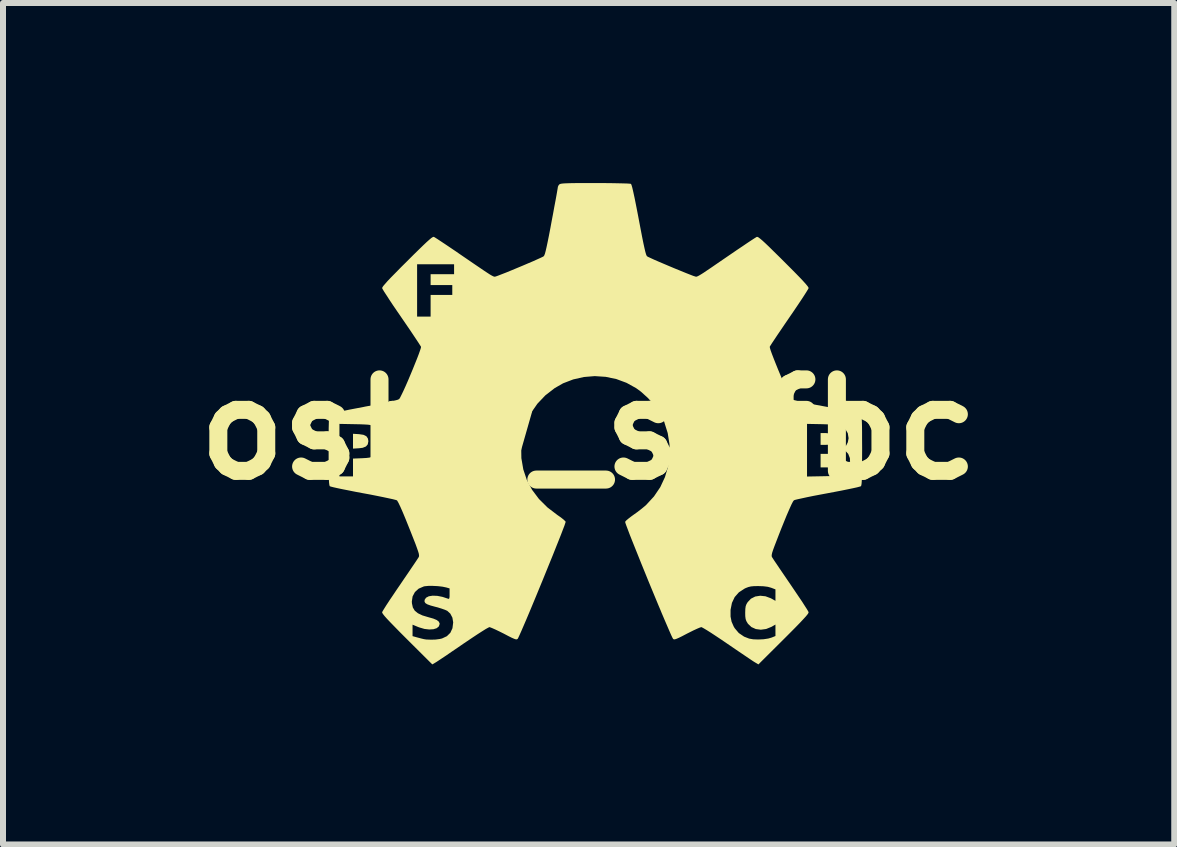
<source format=kicad_pcb>
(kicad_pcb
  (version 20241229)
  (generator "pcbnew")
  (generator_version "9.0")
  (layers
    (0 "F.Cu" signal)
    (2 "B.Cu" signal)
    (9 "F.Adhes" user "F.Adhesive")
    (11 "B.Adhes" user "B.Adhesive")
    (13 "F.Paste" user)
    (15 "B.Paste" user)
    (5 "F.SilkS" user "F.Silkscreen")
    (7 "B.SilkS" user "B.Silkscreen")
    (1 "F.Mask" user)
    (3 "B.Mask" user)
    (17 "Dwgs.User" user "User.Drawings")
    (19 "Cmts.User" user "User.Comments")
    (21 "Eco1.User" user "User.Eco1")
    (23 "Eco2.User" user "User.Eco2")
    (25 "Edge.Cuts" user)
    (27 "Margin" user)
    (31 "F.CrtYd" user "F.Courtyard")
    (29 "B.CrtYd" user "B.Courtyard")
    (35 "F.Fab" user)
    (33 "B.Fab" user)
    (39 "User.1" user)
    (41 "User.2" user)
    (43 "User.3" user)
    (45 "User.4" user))
  (footprint "oshw_spfbc"
    (layer "F.Cu")
    (at 6.756 4.105)
    (property "Reference" "oshw_spfbc" (at 0 0 0) (layer "F.SilkS") (effects (font (size 1.524 1.524) (thickness 0.3))))
    (attr board_only exclude_from_pos_files exclude_from_bom)
    (fp_poly (pts (xy -3.825 0.078) (xy -3.751 0.089) (xy -3.702 0.113) (xy -3.676 0.152) (xy -3.669 0.196) (xy -3.679 0.248) (xy -3.709 0.283) (xy -3.763 0.305) (xy -3.825 0.313) (xy -3.925 0.319) (xy -3.925 0.072)) (stroke (width 0) (type solid)) (fill yes) (layer "F.SilkS"))
    (fp_poly (pts (xy 4.029 0.068) (xy 4.078 0.091) (xy 4.102 0.131) (xy 4.106 0.158) (xy 4.094 0.206) (xy 4.057 0.238) (xy 3.996 0.254) (xy 3.955 0.256) (xy 3.865 0.256) (xy 3.865 0.06) (xy 3.955 0.06)) (stroke (width 0) (type solid)) (fill yes) (layer "F.SilkS"))
    (fp_poly (pts (xy 4.02 0.408) (xy 4.057 0.414) (xy 4.083 0.429) (xy 4.099 0.443) (xy 4.124 0.48) (xy 4.136 0.517) (xy 4.136 0.519) (xy 4.125 0.556) (xy 4.1 0.593) (xy 4.099 0.595) (xy 4.074 0.615) (xy 4.044 0.627) (xy 4.001 0.631) (xy 3.963 0.632) (xy 3.865 0.632) (xy 3.865 0.406) (xy 3.963 0.406)) (stroke (width 0) (type solid)) (fill yes) (layer "F.SilkS"))
    (fp_poly (pts (xy 0.11 -4.105) (xy 0.241 -4.105) (xy 0.362 -4.104) (xy 0.47 -4.102) (xy 0.562 -4.1) (xy 0.634 -4.098) (xy 0.683 -4.095) (xy 0.705 -4.092) (xy 0.706 -4.091) (xy 0.715 -4.073) (xy 0.728 -4.028) (xy 0.745 -3.955) (xy 0.767 -3.854) (xy 0.793 -3.723) (xy 0.824 -3.564) (xy 0.837 -3.495) (xy 0.867 -3.337) (xy 0.892 -3.207) (xy 0.913 -3.103) (xy 0.931 -3.021) (xy 0.945 -2.961) (xy 0.957 -2.919) (xy 0.967 -2.895) (xy 0.973 -2.886) (xy 0.992 -2.875) (xy 1.035 -2.855) (xy 1.096 -2.827) (xy 1.172 -2.794) (xy 1.259 -2.757) (xy 1.351 -2.718) (xy 1.444 -2.679) (xy 1.535 -2.642) (xy 1.618 -2.608) (xy 1.689 -2.58) (xy 1.743 -2.559) (xy 1.772 -2.55) (xy 1.781 -2.547) (xy 1.791 -2.545) (xy 1.802 -2.547) (xy 1.818 -2.553) (xy 1.841 -2.565) (xy 1.873 -2.584) (xy 1.916 -2.611) (xy 1.972 -2.649) (xy 2.045 -2.698) (xy 2.135 -2.76) (xy 2.246 -2.836) (xy 2.376 -2.925) (xy 2.474 -2.992) (xy 2.565 -3.053) (xy 2.646 -3.108) (xy 2.714 -3.153) (xy 2.765 -3.186) (xy 2.796 -3.205) (xy 2.804 -3.209) (xy 2.814 -3.208) (xy 2.832 -3.199) (xy 2.858 -3.179) (xy 2.895 -3.148) (xy 2.944 -3.103) (xy 3.008 -3.042) (xy 3.087 -2.964) (xy 3.185 -2.868) (xy 3.252 -2.801) (xy 3.364 -2.689) (xy 3.456 -2.596) (xy 3.529 -2.521) (xy 3.584 -2.462) (xy 3.624 -2.417) (xy 3.65 -2.385) (xy 3.663 -2.364) (xy 3.665 -2.354) (xy 3.655 -2.335) (xy 3.63 -2.294) (xy 3.592 -2.234) (xy 3.543 -2.159) (xy 3.484 -2.071) (xy 3.418 -1.973) (xy 3.346 -1.868) (xy 3.344 -1.865) (xy 3.272 -1.76) (xy 3.205 -1.661) (xy 3.145 -1.573) (xy 3.095 -1.498) (xy 3.055 -1.438) (xy 3.029 -1.397) (xy 3.018 -1.378) (xy 3.018 -1.378) (xy 3.021 -1.357) (xy 3.034 -1.314) (xy 3.057 -1.251) (xy 3.087 -1.173) (xy 3.122 -1.085) (xy 3.16 -0.991) (xy 3.2 -0.895) (xy 3.241 -0.8) (xy 3.279 -0.712) (xy 3.315 -0.634) (xy 3.345 -0.571) (xy 3.368 -0.528) (xy 3.381 -0.508) (xy 3.397 -0.499) (xy 3.431 -0.487) (xy 3.485 -0.473) (xy 3.561 -0.456) (xy 3.66 -0.436) (xy 3.785 -0.411) (xy 3.937 -0.383) (xy 3.958 -0.379) (xy 4.084 -0.355) (xy 4.201 -0.332) (xy 4.305 -0.311) (xy 4.394 -0.292) (xy 4.464 -0.276) (xy 4.512 -0.264) (xy 4.533 -0.257) (xy 4.533 -0.256) (xy 4.539 -0.248) (xy 4.544 -0.234) (xy 4.548 -0.209) (xy 4.551 -0.172) (xy 4.553 -0.12) (xy 4.555 -0.05) (xy 4.556 0.042) (xy 4.556 0.156) (xy 4.557 0.297) (xy 4.557 0.346) (xy 4.556 0.498) (xy 4.556 0.624) (xy 4.555 0.724) (xy 4.553 0.802) (xy 4.551 0.86) (xy 4.548 0.901) (xy 4.544 0.927) (xy 4.539 0.942) (xy 4.536 0.946) (xy 4.517 0.952) (xy 4.472 0.964) (xy 4.404 0.979) (xy 4.317 0.997) (xy 4.214 1.018) (xy 4.099 1.04) (xy 3.983 1.062) (xy 3.86 1.085) (xy 3.744 1.107) (xy 3.641 1.128) (xy 3.554 1.147) (xy 3.485 1.162) (xy 3.44 1.173) (xy 3.421 1.18) (xy 3.405 1.201) (xy 3.379 1.251) (xy 3.344 1.329) (xy 3.298 1.435) (xy 3.243 1.57) (xy 3.213 1.644) (xy 3.164 1.769) (xy 3.125 1.87) (xy 3.095 1.948) (xy 3.073 2.008) (xy 3.059 2.051) (xy 3.052 2.082) (xy 3.05 2.104) (xy 3.052 2.118) (xy 3.054 2.124) (xy 3.067 2.144) (xy 3.094 2.186) (xy 3.135 2.246) (xy 3.186 2.322) (xy 3.246 2.41) (xy 3.312 2.507) (xy 3.366 2.586) (xy 3.435 2.688) (xy 3.499 2.783) (xy 3.556 2.867) (xy 3.602 2.939) (xy 3.638 2.995) (xy 3.659 3.031) (xy 3.665 3.045) (xy 3.662 3.058) (xy 3.647 3.081) (xy 3.619 3.115) (xy 3.577 3.161) (xy 3.519 3.223) (xy 3.444 3.3) (xy 3.35 3.395) (xy 3.25 3.495) (xy 2.829 3.914) (xy 2.772 3.88) (xy 2.746 3.864) (xy 2.698 3.832) (xy 2.633 3.788) (xy 2.553 3.734) (xy 2.463 3.673) (xy 2.365 3.606) (xy 2.312 3.57) (xy 2.214 3.503) (xy 2.122 3.442) (xy 2.04 3.388) (xy 1.972 3.345) (xy 1.92 3.314) (xy 1.887 3.296) (xy 1.878 3.293) (xy 1.854 3.3) (xy 1.809 3.319) (xy 1.748 3.347) (xy 1.678 3.382) (xy 1.638 3.402) (xy 1.558 3.444) (xy 1.501 3.472) (xy 1.461 3.489) (xy 1.435 3.497) (xy 1.419 3.496) (xy 1.408 3.489) (xy 1.397 3.47) (xy 1.376 3.426) (xy 1.347 3.36) (xy 1.31 3.274) (xy 1.266 3.172) (xy 1.217 3.057) (xy 1.2 3.015) (xy 2.365 3.015) (xy 2.365 3.117) (xy 2.382 3.202) (xy 2.418 3.284) (xy 2.435 3.312) (xy 2.502 3.391) (xy 2.59 3.451) (xy 2.674 3.484) (xy 2.742 3.496) (xy 2.826 3.499) (xy 2.914 3.495) (xy 2.994 3.483) (xy 3.049 3.467) (xy 3.113 3.441) (xy 3.113 3.25) (xy 3.047 3.288) (xy 2.958 3.324) (xy 2.869 3.336) (xy 2.786 3.325) (xy 2.713 3.292) (xy 2.655 3.237) (xy 2.65 3.229) (xy 2.628 3.192) (xy 2.616 3.157) (xy 2.61 3.111) (xy 2.609 3.053) (xy 2.611 2.989) (xy 2.617 2.945) (xy 2.63 2.91) (xy 2.65 2.877) (xy 2.705 2.819) (xy 2.776 2.783) (xy 2.859 2.77) (xy 2.947 2.779) (xy 3.036 2.812) (xy 3.047 2.818) (xy 3.113 2.855) (xy 3.113 2.664) (xy 3.042 2.637) (xy 2.985 2.621) (xy 2.913 2.612) (xy 2.827 2.609) (xy 2.756 2.61) (xy 2.704 2.615) (xy 2.662 2.625) (xy 2.62 2.641) (xy 2.599 2.651) (xy 2.504 2.713) (xy 2.434 2.792) (xy 2.388 2.889) (xy 2.365 3.005) (xy 2.365 3.015) (xy 1.2 3.015) (xy 1.164 2.93) (xy 1.108 2.795) (xy 1.05 2.655) (xy 0.991 2.512) (xy 0.933 2.369) (xy 0.876 2.229) (xy 0.822 2.094) (xy 0.771 1.967) (xy 0.725 1.852) (xy 0.685 1.751) (xy 0.653 1.666) (xy 0.628 1.6) (xy 0.613 1.557) (xy 0.609 1.538) (xy 0.609 1.538) (xy 0.624 1.519) (xy 0.66 1.488) (xy 0.709 1.45) (xy 0.749 1.421) (xy 0.815 1.374) (xy 0.882 1.322) (xy 0.939 1.275) (xy 0.96 1.256) (xy 1.089 1.116) (xy 1.194 0.961) (xy 1.272 0.794) (xy 1.324 0.618) (xy 1.35 0.435) (xy 1.348 0.248) (xy 1.318 0.06) (xy 1.27 -0.093) (xy 3.639 -0.093) (xy 3.639 0.784) (xy 3.906 0.779) (xy 4.006 0.777) (xy 4.08 0.774) (xy 4.134 0.77) (xy 4.174 0.765) (xy 4.204 0.757) (xy 4.23 0.746) (xy 4.232 0.744) (xy 4.298 0.698) (xy 4.339 0.638) (xy 4.357 0.56) (xy 4.353 0.477) (xy 4.325 0.406) (xy 4.276 0.354) (xy 4.267 0.348) (xy 4.238 0.328) (xy 4.232 0.317) (xy 4.247 0.305) (xy 4.254 0.302) (xy 4.292 0.266) (xy 4.319 0.212) (xy 4.331 0.148) (xy 4.331 0.142) (xy 4.318 0.063) (xy 4.279 -0.003) (xy 4.22 -0.049) (xy 4.194 -0.061) (xy 4.166 -0.07) (xy 4.13 -0.077) (xy 4.082 -0.081) (xy 4.015 -0.084) (xy 3.924 -0.087) (xy 3.899 -0.088) (xy 3.639 -0.093) (xy 1.27 -0.093) (xy 1.26 -0.127) (xy 1.241 -0.173) (xy 1.178 -0.291) (xy 1.092 -0.411) (xy 0.988 -0.525) (xy 0.873 -0.629) (xy 0.791 -0.689) (xy 0.632 -0.777) (xy 0.462 -0.84) (xy 0.284 -0.877) (xy 0.102 -0.889) (xy -0.079 -0.874) (xy -0.256 -0.834) (xy -0.425 -0.769) (xy -0.565 -0.689) (xy -0.721 -0.568) (xy -0.853 -0.429) (xy -0.96 -0.275) (xy -1.041 -0.107) (xy -1.096 0.074) (xy -1.123 0.265) (xy -1.123 0.281) (xy -1.12 0.478) (xy -1.088 0.665) (xy -1.029 0.841) (xy -0.942 1.005) (xy -0.827 1.158) (xy -0.685 1.299) (xy -0.516 1.428) (xy -0.514 1.429) (xy -0.461 1.466) (xy -0.417 1.501) (xy -0.389 1.528) (xy -0.382 1.538) (xy -0.387 1.555) (xy -0.401 1.598) (xy -0.426 1.663) (xy -0.458 1.747) (xy -0.498 1.848) (xy -0.544 1.963) (xy -0.594 2.089) (xy -0.649 2.224) (xy -0.706 2.364) (xy -0.764 2.507) (xy -0.823 2.65) (xy -0.881 2.791) (xy -0.937 2.926) (xy -0.99 3.053) (xy -1.039 3.169) (xy -1.083 3.271) (xy -1.12 3.357) (xy -1.15 3.424) (xy -1.171 3.469) (xy -1.182 3.489) (xy -1.183 3.489) (xy -1.194 3.496) (xy -1.21 3.497) (xy -1.236 3.489) (xy -1.276 3.472) (xy -1.334 3.443) (xy -1.412 3.402) (xy -1.486 3.365) (xy -1.553 3.333) (xy -1.607 3.309) (xy -1.643 3.295) (xy -1.653 3.293) (xy -1.672 3.302) (xy -1.714 3.325) (xy -1.773 3.362) (xy -1.848 3.41) (xy -1.934 3.467) (xy -2.029 3.531) (xy -2.087 3.57) (xy -2.187 3.639) (xy -2.282 3.703) (xy -2.367 3.762) (xy -2.441 3.811) (xy -2.498 3.849) (xy -2.536 3.874) (xy -2.546 3.88) (xy -2.604 3.914) (xy -3.025 3.495) (xy -3.137 3.383) (xy -3.228 3.29) (xy -3.302 3.214) (xy -3.358 3.155) (xy -3.398 3.11) (xy -3.424 3.077) (xy -3.437 3.056) (xy -3.44 3.045) (xy -3.43 3.025) (xy -3.405 2.984) (xy -3.368 2.925) (xy -3.329 2.866) (xy -2.945 2.866) (xy -2.943 2.898) (xy -2.928 2.966) (xy -2.896 3.019) (xy -2.843 3.062) (xy -2.768 3.098) (xy -2.671 3.127) (xy -2.586 3.151) (xy -2.529 3.175) (xy -2.495 3.202) (xy -2.482 3.232) (xy -2.481 3.239) (xy -2.495 3.281) (xy -2.531 3.311) (xy -2.586 3.328) (xy -2.656 3.332) (xy -2.735 3.323) (xy -2.82 3.298) (xy -2.839 3.291) (xy -2.933 3.252) (xy -2.933 3.443) (xy -2.854 3.465) (xy -2.79 3.482) (xy -2.744 3.493) (xy -2.705 3.499) (xy -2.66 3.501) (xy -2.616 3.502) (xy -2.549 3.5) (xy -2.481 3.491) (xy -2.442 3.482) (xy -2.361 3.444) (xy -2.303 3.387) (xy -2.268 3.311) (xy -2.256 3.215) (xy -2.256 3.213) (xy -2.269 3.135) (xy -2.304 3.068) (xy -2.354 3.022) (xy -2.391 3.005) (xy -2.448 2.985) (xy -2.515 2.964) (xy -2.551 2.955) (xy -2.632 2.933) (xy -2.687 2.913) (xy -2.719 2.893) (xy -2.733 2.87) (xy -2.732 2.841) (xy -2.732 2.839) (xy -2.708 2.803) (xy -2.662 2.779) (xy -2.598 2.769) (xy -2.52 2.772) (xy -2.434 2.789) (xy -2.343 2.819) (xy -2.342 2.82) (xy -2.328 2.822) (xy -2.32 2.811) (xy -2.316 2.781) (xy -2.316 2.739) (xy -2.316 2.648) (xy -2.372 2.632) (xy -2.434 2.619) (xy -2.512 2.61) (xy -2.594 2.606) (xy -2.67 2.606) (xy -2.732 2.612) (xy -2.748 2.616) (xy -2.831 2.652) (xy -2.893 2.708) (xy -2.932 2.781) (xy -2.945 2.866) (xy -3.329 2.866) (xy -3.319 2.85) (xy -3.26 2.763) (xy -3.195 2.666) (xy -3.14 2.586) (xy -3.071 2.484) (xy -3.006 2.389) (xy -2.948 2.303) (xy -2.899 2.231) (xy -2.861 2.174) (xy -2.837 2.137) (xy -2.829 2.124) (xy -2.825 2.111) (xy -2.825 2.094) (xy -2.829 2.068) (xy -2.84 2.031) (xy -2.858 1.979) (xy -2.883 1.91) (xy -2.918 1.821) (xy -2.962 1.709) (xy -2.988 1.644) (xy -3.047 1.497) (xy -3.097 1.377) (xy -3.137 1.286) (xy -3.168 1.222) (xy -3.188 1.187) (xy -3.195 1.18) (xy -3.217 1.173) (xy -3.264 1.161) (xy -3.334 1.146) (xy -3.423 1.127) (xy -3.527 1.106) (xy -3.643 1.083) (xy -3.758 1.062) (xy -3.881 1.039) (xy -3.995 1.016) (xy -4.097 0.996) (xy -4.183 0.978) (xy -4.25 0.963) (xy -4.293 0.952) (xy -4.311 0.946) (xy -4.316 0.936) (xy -4.32 0.916) (xy -4.324 0.883) (xy -4.327 0.834) (xy -4.328 0.767) (xy -4.33 0.678) (xy -4.331 0.566) (xy -4.331 0.428) (xy -4.331 0.346) (xy -4.331 0.196) (xy -4.331 0.074) (xy -4.33 -0.024) (xy -4.328 -0.093) (xy -4.151 -0.093) (xy -4.151 0.782) (xy -3.925 0.782) (xy -3.925 0.485) (xy -3.778 0.479) (xy -3.705 0.475) (xy -3.654 0.469) (xy -3.614 0.458) (xy -3.577 0.441) (xy -3.559 0.431) (xy -3.494 0.377) (xy -3.451 0.308) (xy -3.43 0.231) (xy -3.431 0.152) (xy -3.454 0.075) (xy -3.499 0.008) (xy -3.559 -0.04) (xy -3.586 -0.055) (xy -3.611 -0.067) (xy -3.64 -0.075) (xy -3.676 -0.08) (xy -3.726 -0.083) (xy -3.796 -0.086) (xy -3.889 -0.088) (xy -3.891 -0.088) (xy -4.151 -0.093) (xy -4.328 -0.093) (xy -4.328 -0.101) (xy -4.326 -0.158) (xy -4.323 -0.199) (xy -4.32 -0.227) (xy -4.315 -0.245) (xy -4.31 -0.255) (xy -4.308 -0.256) (xy -4.288 -0.263) (xy -4.242 -0.275) (xy -4.173 -0.291) (xy -4.086 -0.309) (xy -3.982 -0.331) (xy -3.866 -0.353) (xy -3.74 -0.377) (xy -3.733 -0.379) (xy -3.577 -0.408) (xy -3.449 -0.433) (xy -3.346 -0.454) (xy -3.268 -0.471) (xy -3.211 -0.486) (xy -3.175 -0.497) (xy -3.157 -0.507) (xy -3.155 -0.508) (xy -3.14 -0.531) (xy -3.117 -0.577) (xy -3.086 -0.641) (xy -3.05 -0.72) (xy -3.011 -0.809) (xy -2.971 -0.904) (xy -2.931 -1) (xy -2.893 -1.094) (xy -2.858 -1.181) (xy -2.829 -1.257) (xy -2.807 -1.319) (xy -2.794 -1.36) (xy -2.792 -1.378) (xy -2.803 -1.396) (xy -2.829 -1.437) (xy -2.868 -1.496) (xy -2.918 -1.571) (xy -2.977 -1.659) (xy -3.044 -1.757) (xy -3.116 -1.862) (xy -3.118 -1.865) (xy -3.128 -1.88) (xy -2.857 -1.88) (xy -2.632 -1.88) (xy -2.632 -2.241) (xy -2.271 -2.241) (xy -2.271 -2.406) (xy -2.632 -2.406) (xy -2.632 -2.587) (xy -2.241 -2.587) (xy -2.241 -2.752) (xy -2.857 -2.752) (xy -2.857 -1.88) (xy -3.128 -1.88) (xy -3.19 -1.97) (xy -3.257 -2.068) (xy -3.316 -2.157) (xy -3.365 -2.233) (xy -3.404 -2.292) (xy -3.429 -2.334) (xy -3.439 -2.353) (xy -3.439 -2.354) (xy -3.436 -2.367) (xy -3.421 -2.39) (xy -3.392 -2.424) (xy -3.35 -2.472) (xy -3.291 -2.534) (xy -3.214 -2.612) (xy -3.119 -2.709) (xy -3.026 -2.801) (xy -2.917 -2.91) (xy -2.827 -2.998) (xy -2.754 -3.069) (xy -2.697 -3.123) (xy -2.653 -3.162) (xy -2.621 -3.189) (xy -2.598 -3.204) (xy -2.584 -3.209) (xy -2.578 -3.209) (xy -2.559 -3.198) (xy -2.518 -3.172) (xy -2.459 -3.133) (xy -2.385 -3.084) (xy -2.299 -3.026) (xy -2.204 -2.962) (xy -2.151 -2.925) (xy -2.018 -2.834) (xy -1.907 -2.758) (xy -1.817 -2.697) (xy -1.745 -2.648) (xy -1.689 -2.611) (xy -1.646 -2.583) (xy -1.615 -2.565) (xy -1.592 -2.553) (xy -1.576 -2.547) (xy -1.565 -2.545) (xy -1.555 -2.547) (xy -1.546 -2.549) (xy -1.507 -2.563) (xy -1.448 -2.586) (xy -1.373 -2.615) (xy -1.288 -2.65) (xy -1.197 -2.688) (xy -1.103 -2.727) (xy -1.012 -2.766) (xy -0.927 -2.802) (xy -0.854 -2.835) (xy -0.796 -2.861) (xy -0.759 -2.879) (xy -0.747 -2.887) (xy -0.738 -2.901) (xy -0.727 -2.93) (xy -0.715 -2.975) (xy -0.7 -3.04) (xy -0.682 -3.125) (xy -0.66 -3.234) (xy -0.634 -3.369) (xy -0.616 -3.468) (xy -0.592 -3.594) (xy -0.571 -3.71) (xy -0.551 -3.815) (xy -0.535 -3.903) (xy -0.523 -3.972) (xy -0.515 -4.019) (xy -0.512 -4.04) (xy -0.512 -4.041) (xy -0.502 -4.065) (xy -0.488 -4.082) (xy -0.479 -4.088) (xy -0.463 -4.093) (xy -0.438 -4.097) (xy -0.4 -4.1) (xy -0.347 -4.102) (xy -0.276 -4.104) (xy -0.184 -4.105) (xy -0.069 -4.105) (xy 0.073 -4.105)) (stroke (width 0) (type solid)) (fill yes) (layer "F.SilkS")))
  (gr_rect
    (start -3 -3)
    (end 16.513 11.019)
    (stroke (width 0.1) (type default))
    (fill no)
    (layer "Edge.Cuts")))
</source>
